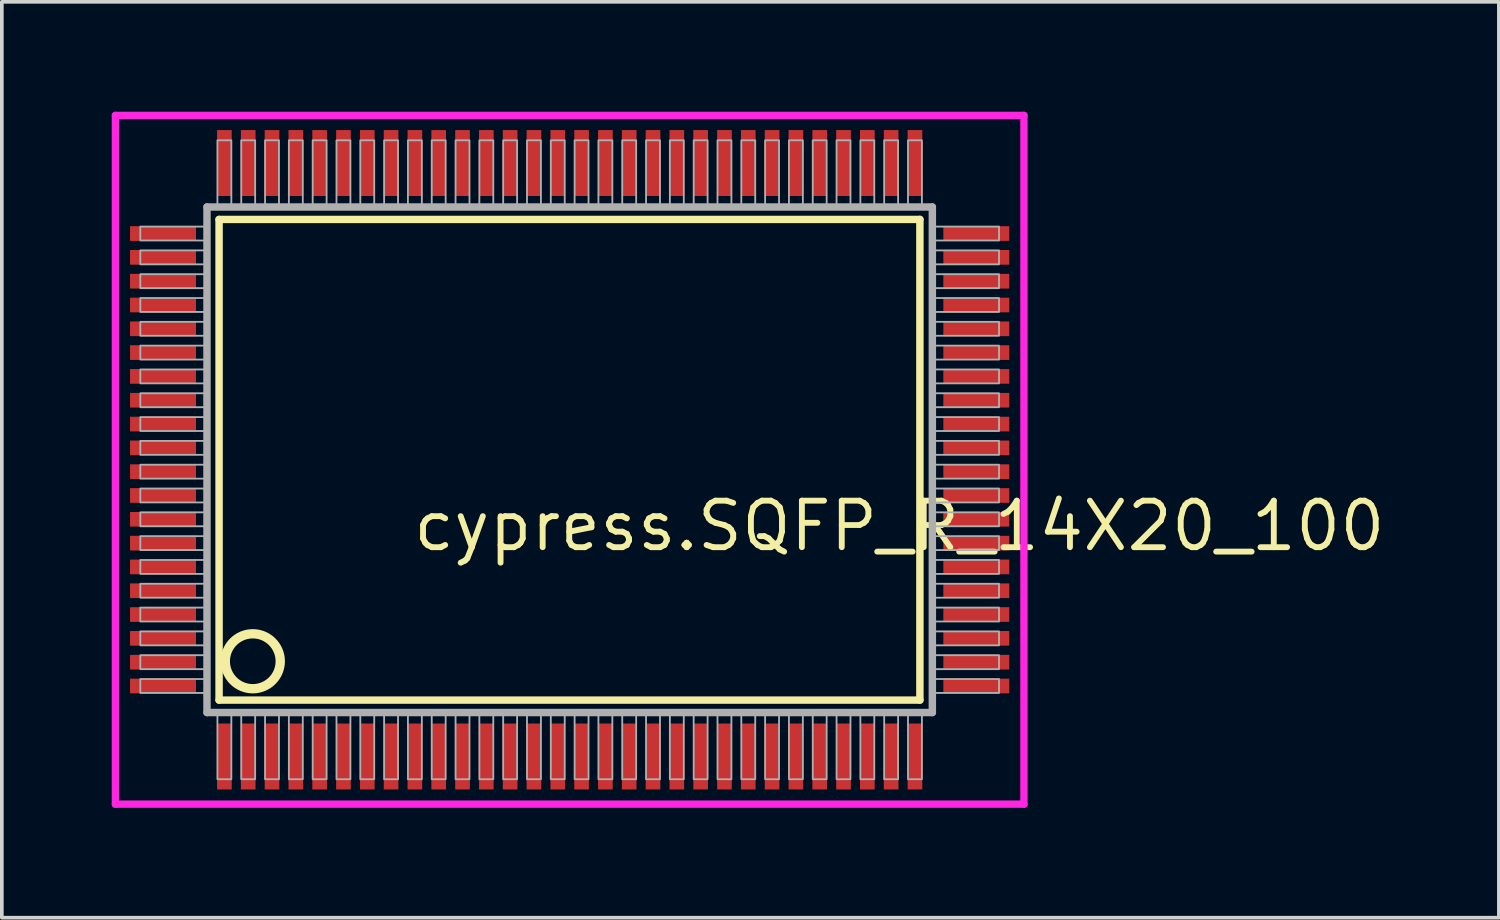
<source format=kicad_pcb>
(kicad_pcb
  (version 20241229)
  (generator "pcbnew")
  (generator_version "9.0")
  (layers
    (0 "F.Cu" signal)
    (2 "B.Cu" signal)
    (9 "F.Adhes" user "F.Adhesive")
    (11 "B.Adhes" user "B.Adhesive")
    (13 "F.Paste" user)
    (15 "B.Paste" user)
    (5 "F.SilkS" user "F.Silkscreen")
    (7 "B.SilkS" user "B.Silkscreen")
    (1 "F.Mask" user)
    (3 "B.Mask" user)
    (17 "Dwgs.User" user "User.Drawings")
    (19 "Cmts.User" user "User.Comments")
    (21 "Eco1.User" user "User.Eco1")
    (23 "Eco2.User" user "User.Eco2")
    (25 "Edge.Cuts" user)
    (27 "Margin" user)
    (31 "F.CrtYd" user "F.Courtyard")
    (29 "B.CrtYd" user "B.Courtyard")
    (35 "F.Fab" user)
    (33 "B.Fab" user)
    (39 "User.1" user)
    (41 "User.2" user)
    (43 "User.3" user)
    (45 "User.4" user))
  (footprint "cypress.SQFP_R_14X20_100"
    (layer "F.Cu")
    (at 12.5 9.5)
    (property "Reference" "cypress.SQFP_R_14X20_100" (at -4.35 2.55 0) (layer "F.SilkS") (effects (font (size 1.27 1.27) (thickness 0.16)) (justify left bottom)))
    (attr smd)
    (fp_line (start -9.57 -6.56) (end 9.56 -6.56) (stroke (width 0.203) (type default)) (layer "F.SilkS"))
    (fp_line (start -9.57 6.56) (end -9.57 -6.56) (stroke (width 0.203) (type default)) (layer "F.SilkS"))
    (fp_line (start 9.56 -6.56) (end 9.56 6.56) (stroke (width 0.203) (type default)) (layer "F.SilkS"))
    (fp_line (start 9.56 6.56) (end -9.57 6.56) (stroke (width 0.203) (type default)) (layer "F.SilkS"))
    (fp_circle (center -8.65 5.5) (end -7.9 5.5) (stroke (width 0.254) (type default)) (fill no) (layer "F.SilkS"))
    (fp_line (start -12.4 -9.4) (end 12.4 -9.4) (stroke (width 0.2) (type default)) (layer "F.CrtYd"))
    (fp_line (start -12.4 9.4) (end -12.4 -9.4) (stroke (width 0.2) (type default)) (layer "F.CrtYd"))
    (fp_line (start 12.4 -9.4) (end 12.4 9.4) (stroke (width 0.2) (type default)) (layer "F.CrtYd"))
    (fp_line (start 12.4 9.4) (end -12.4 9.4) (stroke (width 0.2) (type default)) (layer "F.CrtYd"))
    (fp_line (start -9.9 -6.9) (end -9.9 6.9) (stroke (width 0.203) (type default)) (layer "F.Fab"))
    (fp_line (start -9.9 6.9) (end 9.9 6.9) (stroke (width 0.203) (type default)) (layer "F.Fab"))
    (fp_line (start 9.9 -6.9) (end -9.9 -6.9) (stroke (width 0.203) (type default)) (layer "F.Fab"))
    (fp_line (start 9.9 6.9) (end 9.9 -6.9) (stroke (width 0.203) (type default)) (layer "F.Fab"))
    (fp_rect (start -11.72 -5.985) (end -9.95 -6.365) (stroke (width 0.05) (type default)) (fill no) (layer "F.Fab"))
    (fp_rect (start -11.72 -5.335) (end -9.95 -5.715) (stroke (width 0.05) (type default)) (fill no) (layer "F.Fab"))
    (fp_rect (start -11.72 -4.685) (end -9.95 -5.065) (stroke (width 0.05) (type default)) (fill no) (layer "F.Fab"))
    (fp_rect (start -11.72 -4.035) (end -9.95 -4.415) (stroke (width 0.05) (type default)) (fill no) (layer "F.Fab"))
    (fp_rect (start -11.72 -3.385) (end -9.95 -3.765) (stroke (width 0.05) (type default)) (fill no) (layer "F.Fab"))
    (fp_rect (start -11.72 -2.735) (end -9.95 -3.115) (stroke (width 0.05) (type default)) (fill no) (layer "F.Fab"))
    (fp_rect (start -11.72 -2.085) (end -9.95 -2.465) (stroke (width 0.05) (type default)) (fill no) (layer "F.Fab"))
    (fp_rect (start -11.72 -1.435) (end -9.95 -1.815) (stroke (width 0.05) (type default)) (fill no) (layer "F.Fab"))
    (fp_rect (start -11.72 -0.785) (end -9.95 -1.165) (stroke (width 0.05) (type default)) (fill no) (layer "F.Fab"))
    (fp_rect (start -11.72 -0.135) (end -9.95 -0.515) (stroke (width 0.05) (type default)) (fill no) (layer "F.Fab"))
    (fp_rect (start -11.72 0.515) (end -9.95 0.135) (stroke (width 0.05) (type default)) (fill no) (layer "F.Fab"))
    (fp_rect (start -11.72 1.165) (end -9.95 0.785) (stroke (width 0.05) (type default)) (fill no) (layer "F.Fab"))
    (fp_rect (start -11.72 1.815) (end -9.95 1.435) (stroke (width 0.05) (type default)) (fill no) (layer "F.Fab"))
    (fp_rect (start -11.72 2.465) (end -9.95 2.085) (stroke (width 0.05) (type default)) (fill no) (layer "F.Fab"))
    (fp_rect (start -11.72 3.115) (end -9.95 2.735) (stroke (width 0.05) (type default)) (fill no) (layer "F.Fab"))
    (fp_rect (start -11.72 3.765) (end -9.95 3.385) (stroke (width 0.05) (type default)) (fill no) (layer "F.Fab"))
    (fp_rect (start -11.72 4.415) (end -9.95 4.035) (stroke (width 0.05) (type default)) (fill no) (layer "F.Fab"))
    (fp_rect (start -11.72 5.065) (end -9.95 4.685) (stroke (width 0.05) (type default)) (fill no) (layer "F.Fab"))
    (fp_rect (start -11.72 5.715) (end -9.95 5.335) (stroke (width 0.05) (type default)) (fill no) (layer "F.Fab"))
    (fp_rect (start -11.72 6.365) (end -9.95 5.985) (stroke (width 0.05) (type default)) (fill no) (layer "F.Fab"))
    (fp_rect (start -9.615 -6.95) (end -9.235 -8.72) (stroke (width 0.05) (type default)) (fill no) (layer "F.Fab"))
    (fp_rect (start -9.615 8.72) (end -9.235 6.95) (stroke (width 0.05) (type default)) (fill no) (layer "F.Fab"))
    (fp_rect (start -8.965 -6.95) (end -8.585 -8.72) (stroke (width 0.05) (type default)) (fill no) (layer "F.Fab"))
    (fp_rect (start -8.965 8.72) (end -8.585 6.95) (stroke (width 0.05) (type default)) (fill no) (layer "F.Fab"))
    (fp_rect (start -8.315 -6.95) (end -7.935 -8.72) (stroke (width 0.05) (type default)) (fill no) (layer "F.Fab"))
    (fp_rect (start -8.315 8.72) (end -7.935 6.95) (stroke (width 0.05) (type default)) (fill no) (layer "F.Fab"))
    (fp_rect (start -7.665 -6.95) (end -7.285 -8.72) (stroke (width 0.05) (type default)) (fill no) (layer "F.Fab"))
    (fp_rect (start -7.665 8.72) (end -7.285 6.95) (stroke (width 0.05) (type default)) (fill no) (layer "F.Fab"))
    (fp_rect (start -7.015 -6.95) (end -6.635 -8.72) (stroke (width 0.05) (type default)) (fill no) (layer "F.Fab"))
    (fp_rect (start -7.015 8.72) (end -6.635 6.95) (stroke (width 0.05) (type default)) (fill no) (layer "F.Fab"))
    (fp_rect (start -6.365 -6.95) (end -5.985 -8.72) (stroke (width 0.05) (type default)) (fill no) (layer "F.Fab"))
    (fp_rect (start -6.365 8.72) (end -5.985 6.95) (stroke (width 0.05) (type default)) (fill no) (layer "F.Fab"))
    (fp_rect (start -5.715 -6.95) (end -5.335 -8.72) (stroke (width 0.05) (type default)) (fill no) (layer "F.Fab"))
    (fp_rect (start -5.715 8.72) (end -5.335 6.95) (stroke (width 0.05) (type default)) (fill no) (layer "F.Fab"))
    (fp_rect (start -5.065 -6.95) (end -4.685 -8.72) (stroke (width 0.05) (type default)) (fill no) (layer "F.Fab"))
    (fp_rect (start -5.065 8.72) (end -4.685 6.95) (stroke (width 0.05) (type default)) (fill no) (layer "F.Fab"))
    (fp_rect (start -4.415 -6.95) (end -4.035 -8.72) (stroke (width 0.05) (type default)) (fill no) (layer "F.Fab"))
    (fp_rect (start -4.415 8.72) (end -4.035 6.95) (stroke (width 0.05) (type default)) (fill no) (layer "F.Fab"))
    (fp_rect (start -3.765 -6.95) (end -3.385 -8.72) (stroke (width 0.05) (type default)) (fill no) (layer "F.Fab"))
    (fp_rect (start -3.765 8.72) (end -3.385 6.95) (stroke (width 0.05) (type default)) (fill no) (layer "F.Fab"))
    (fp_rect (start -3.115 -6.95) (end -2.735 -8.72) (stroke (width 0.05) (type default)) (fill no) (layer "F.Fab"))
    (fp_rect (start -3.115 8.72) (end -2.735 6.95) (stroke (width 0.05) (type default)) (fill no) (layer "F.Fab"))
    (fp_rect (start -2.465 -6.95) (end -2.085 -8.72) (stroke (width 0.05) (type default)) (fill no) (layer "F.Fab"))
    (fp_rect (start -2.465 8.72) (end -2.085 6.95) (stroke (width 0.05) (type default)) (fill no) (layer "F.Fab"))
    (fp_rect (start -1.815 -6.95) (end -1.435 -8.72) (stroke (width 0.05) (type default)) (fill no) (layer "F.Fab"))
    (fp_rect (start -1.815 8.72) (end -1.435 6.95) (stroke (width 0.05) (type default)) (fill no) (layer "F.Fab"))
    (fp_rect (start -1.165 -6.95) (end -0.785 -8.72) (stroke (width 0.05) (type default)) (fill no) (layer "F.Fab"))
    (fp_rect (start -1.165 8.72) (end -0.785 6.95) (stroke (width 0.05) (type default)) (fill no) (layer "F.Fab"))
    (fp_rect (start -0.515 -6.95) (end -0.135 -8.72) (stroke (width 0.05) (type default)) (fill no) (layer "F.Fab"))
    (fp_rect (start -0.515 8.72) (end -0.135 6.95) (stroke (width 0.05) (type default)) (fill no) (layer "F.Fab"))
    (fp_rect (start 0.135 -6.95) (end 0.515 -8.72) (stroke (width 0.05) (type default)) (fill no) (layer "F.Fab"))
    (fp_rect (start 0.135 8.72) (end 0.515 6.95) (stroke (width 0.05) (type default)) (fill no) (layer "F.Fab"))
    (fp_rect (start 0.785 -6.95) (end 1.165 -8.72) (stroke (width 0.05) (type default)) (fill no) (layer "F.Fab"))
    (fp_rect (start 0.785 8.72) (end 1.165 6.95) (stroke (width 0.05) (type default)) (fill no) (layer "F.Fab"))
    (fp_rect (start 1.435 -6.95) (end 1.815 -8.72) (stroke (width 0.05) (type default)) (fill no) (layer "F.Fab"))
    (fp_rect (start 1.435 8.72) (end 1.815 6.95) (stroke (width 0.05) (type default)) (fill no) (layer "F.Fab"))
    (fp_rect (start 2.085 -6.95) (end 2.465 -8.72) (stroke (width 0.05) (type default)) (fill no) (layer "F.Fab"))
    (fp_rect (start 2.085 8.72) (end 2.465 6.95) (stroke (width 0.05) (type default)) (fill no) (layer "F.Fab"))
    (fp_rect (start 2.735 -6.95) (end 3.115 -8.72) (stroke (width 0.05) (type default)) (fill no) (layer "F.Fab"))
    (fp_rect (start 2.735 8.72) (end 3.115 6.95) (stroke (width 0.05) (type default)) (fill no) (layer "F.Fab"))
    (fp_rect (start 3.385 -6.95) (end 3.765 -8.72) (stroke (width 0.05) (type default)) (fill no) (layer "F.Fab"))
    (fp_rect (start 3.385 8.72) (end 3.765 6.95) (stroke (width 0.05) (type default)) (fill no) (layer "F.Fab"))
    (fp_rect (start 4.035 -6.95) (end 4.415 -8.72) (stroke (width 0.05) (type default)) (fill no) (layer "F.Fab"))
    (fp_rect (start 4.035 8.72) (end 4.415 6.95) (stroke (width 0.05) (type default)) (fill no) (layer "F.Fab"))
    (fp_rect (start 4.685 -6.95) (end 5.065 -8.72) (stroke (width 0.05) (type default)) (fill no) (layer "F.Fab"))
    (fp_rect (start 4.685 8.72) (end 5.065 6.95) (stroke (width 0.05) (type default)) (fill no) (layer "F.Fab"))
    (fp_rect (start 5.335 -6.95) (end 5.715 -8.72) (stroke (width 0.05) (type default)) (fill no) (layer "F.Fab"))
    (fp_rect (start 5.335 8.72) (end 5.715 6.95) (stroke (width 0.05) (type default)) (fill no) (layer "F.Fab"))
    (fp_rect (start 5.985 -6.95) (end 6.365 -8.72) (stroke (width 0.05) (type default)) (fill no) (layer "F.Fab"))
    (fp_rect (start 5.985 8.72) (end 6.365 6.95) (stroke (width 0.05) (type default)) (fill no) (layer "F.Fab"))
    (fp_rect (start 6.635 -6.95) (end 7.015 -8.72) (stroke (width 0.05) (type default)) (fill no) (layer "F.Fab"))
    (fp_rect (start 6.635 8.72) (end 7.015 6.95) (stroke (width 0.05) (type default)) (fill no) (layer "F.Fab"))
    (fp_rect (start 7.285 -6.95) (end 7.665 -8.72) (stroke (width 0.05) (type default)) (fill no) (layer "F.Fab"))
    (fp_rect (start 7.285 8.72) (end 7.665 6.95) (stroke (width 0.05) (type default)) (fill no) (layer "F.Fab"))
    (fp_rect (start 7.935 -6.95) (end 8.315 -8.72) (stroke (width 0.05) (type default)) (fill no) (layer "F.Fab"))
    (fp_rect (start 7.935 8.72) (end 8.315 6.95) (stroke (width 0.05) (type default)) (fill no) (layer "F.Fab"))
    (fp_rect (start 8.585 -6.95) (end 8.965 -8.72) (stroke (width 0.05) (type default)) (fill no) (layer "F.Fab"))
    (fp_rect (start 8.585 8.72) (end 8.965 6.95) (stroke (width 0.05) (type default)) (fill no) (layer "F.Fab"))
    (fp_rect (start 9.235 -6.95) (end 9.615 -8.72) (stroke (width 0.05) (type default)) (fill no) (layer "F.Fab"))
    (fp_rect (start 9.235 8.72) (end 9.615 6.95) (stroke (width 0.05) (type default)) (fill no) (layer "F.Fab"))
    (fp_rect (start 9.95 -5.985) (end 11.72 -6.365) (stroke (width 0.05) (type default)) (fill no) (layer "F.Fab"))
    (fp_rect (start 9.95 -5.335) (end 11.72 -5.715) (stroke (width 0.05) (type default)) (fill no) (layer "F.Fab"))
    (fp_rect (start 9.95 -4.685) (end 11.72 -5.065) (stroke (width 0.05) (type default)) (fill no) (layer "F.Fab"))
    (fp_rect (start 9.95 -4.035) (end 11.72 -4.415) (stroke (width 0.05) (type default)) (fill no) (layer "F.Fab"))
    (fp_rect (start 9.95 -3.385) (end 11.72 -3.765) (stroke (width 0.05) (type default)) (fill no) (layer "F.Fab"))
    (fp_rect (start 9.95 -2.735) (end 11.72 -3.115) (stroke (width 0.05) (type default)) (fill no) (layer "F.Fab"))
    (fp_rect (start 9.95 -2.085) (end 11.72 -2.465) (stroke (width 0.05) (type default)) (fill no) (layer "F.Fab"))
    (fp_rect (start 9.95 -1.435) (end 11.72 -1.815) (stroke (width 0.05) (type default)) (fill no) (layer "F.Fab"))
    (fp_rect (start 9.95 -0.785) (end 11.72 -1.165) (stroke (width 0.05) (type default)) (fill no) (layer "F.Fab"))
    (fp_rect (start 9.95 -0.135) (end 11.72 -0.515) (stroke (width 0.05) (type default)) (fill no) (layer "F.Fab"))
    (fp_rect (start 9.95 0.515) (end 11.72 0.135) (stroke (width 0.05) (type default)) (fill no) (layer "F.Fab"))
    (fp_rect (start 9.95 1.165) (end 11.72 0.785) (stroke (width 0.05) (type default)) (fill no) (layer "F.Fab"))
    (fp_rect (start 9.95 1.815) (end 11.72 1.435) (stroke (width 0.05) (type default)) (fill no) (layer "F.Fab"))
    (fp_rect (start 9.95 2.465) (end 11.72 2.085) (stroke (width 0.05) (type default)) (fill no) (layer "F.Fab"))
    (fp_rect (start 9.95 3.115) (end 11.72 2.735) (stroke (width 0.05) (type default)) (fill no) (layer "F.Fab"))
    (fp_rect (start 9.95 3.765) (end 11.72 3.385) (stroke (width 0.05) (type default)) (fill no) (layer "F.Fab"))
    (fp_rect (start 9.95 4.415) (end 11.72 4.035) (stroke (width 0.05) (type default)) (fill no) (layer "F.Fab"))
    (fp_rect (start 9.95 5.065) (end 11.72 4.685) (stroke (width 0.05) (type default)) (fill no) (layer "F.Fab"))
    (fp_rect (start 9.95 5.715) (end 11.72 5.335) (stroke (width 0.05) (type default)) (fill no) (layer "F.Fab"))
    (fp_rect (start 9.95 6.365) (end 11.72 5.985) (stroke (width 0.05) (type default)) (fill no) (layer "F.Fab"))
    (pad "1" smd roundrect (at -9.425 8.1) (size 0.4 1.8) (layers "F.Cu" "F.Mask" "F.Paste") (roundrect_rratio 0.01))
    (pad "2" smd roundrect (at -8.775 8.1) (size 0.4 1.8) (layers "F.Cu" "F.Mask" "F.Paste") (roundrect_rratio 0.01))
    (pad "3" smd roundrect (at -8.125 8.1) (size 0.4 1.8) (layers "F.Cu" "F.Mask" "F.Paste") (roundrect_rratio 0.01))
    (pad "4" smd roundrect (at -7.475 8.1) (size 0.4 1.8) (layers "F.Cu" "F.Mask" "F.Paste") (roundrect_rratio 0.01))
    (pad "5" smd roundrect (at -6.825 8.1) (size 0.4 1.8) (layers "F.Cu" "F.Mask" "F.Paste") (roundrect_rratio 0.01))
    (pad "6" smd roundrect (at -6.175 8.1) (size 0.4 1.8) (layers "F.Cu" "F.Mask" "F.Paste") (roundrect_rratio 0.01))
    (pad "7" smd roundrect (at -5.525 8.1) (size 0.4 1.8) (layers "F.Cu" "F.Mask" "F.Paste") (roundrect_rratio 0.01))
    (pad "8" smd roundrect (at -4.875 8.1) (size 0.4 1.8) (layers "F.Cu" "F.Mask" "F.Paste") (roundrect_rratio 0.01))
    (pad "9" smd roundrect (at -4.225 8.1) (size 0.4 1.8) (layers "F.Cu" "F.Mask" "F.Paste") (roundrect_rratio 0.01))
    (pad "10" smd roundrect (at -3.575 8.1) (size 0.4 1.8) (layers "F.Cu" "F.Mask" "F.Paste") (roundrect_rratio 0.01))
    (pad "11" smd roundrect (at -2.925 8.1) (size 0.4 1.8) (layers "F.Cu" "F.Mask" "F.Paste") (roundrect_rratio 0.01))
    (pad "12" smd roundrect (at -2.275 8.1) (size 0.4 1.8) (layers "F.Cu" "F.Mask" "F.Paste") (roundrect_rratio 0.01))
    (pad "13" smd roundrect (at -1.625 8.1) (size 0.4 1.8) (layers "F.Cu" "F.Mask" "F.Paste") (roundrect_rratio 0.01))
    (pad "14" smd roundrect (at -0.975 8.1) (size 0.4 1.8) (layers "F.Cu" "F.Mask" "F.Paste") (roundrect_rratio 0.01))
    (pad "15" smd roundrect (at -0.325 8.1) (size 0.4 1.8) (layers "F.Cu" "F.Mask" "F.Paste") (roundrect_rratio 0.01))
    (pad "16" smd roundrect (at 0.325 8.1) (size 0.4 1.8) (layers "F.Cu" "F.Mask" "F.Paste") (roundrect_rratio 0.01))
    (pad "17" smd roundrect (at 0.975 8.1) (size 0.4 1.8) (layers "F.Cu" "F.Mask" "F.Paste") (roundrect_rratio 0.01))
    (pad "18" smd roundrect (at 1.625 8.1) (size 0.4 1.8) (layers "F.Cu" "F.Mask" "F.Paste") (roundrect_rratio 0.01))
    (pad "19" smd roundrect (at 2.275 8.1) (size 0.4 1.8) (layers "F.Cu" "F.Mask" "F.Paste") (roundrect_rratio 0.01))
    (pad "20" smd roundrect (at 2.925 8.1) (size 0.4 1.8) (layers "F.Cu" "F.Mask" "F.Paste") (roundrect_rratio 0.01))
    (pad "21" smd roundrect (at 3.575 8.1) (size 0.4 1.8) (layers "F.Cu" "F.Mask" "F.Paste") (roundrect_rratio 0.01))
    (pad "22" smd roundrect (at 4.225 8.1) (size 0.4 1.8) (layers "F.Cu" "F.Mask" "F.Paste") (roundrect_rratio 0.01))
    (pad "23" smd roundrect (at 4.875 8.1) (size 0.4 1.8) (layers "F.Cu" "F.Mask" "F.Paste") (roundrect_rratio 0.01))
    (pad "24" smd roundrect (at 5.525 8.1) (size 0.4 1.8) (layers "F.Cu" "F.Mask" "F.Paste") (roundrect_rratio 0.01))
    (pad "25" smd roundrect (at 6.175 8.1) (size 0.4 1.8) (layers "F.Cu" "F.Mask" "F.Paste") (roundrect_rratio 0.01))
    (pad "26" smd roundrect (at 6.825 8.1) (size 0.4 1.8) (layers "F.Cu" "F.Mask" "F.Paste") (roundrect_rratio 0.01))
    (pad "27" smd roundrect (at 7.475 8.1) (size 0.4 1.8) (layers "F.Cu" "F.Mask" "F.Paste") (roundrect_rratio 0.01))
    (pad "28" smd roundrect (at 8.125 8.1) (size 0.4 1.8) (layers "F.Cu" "F.Mask" "F.Paste") (roundrect_rratio 0.01))
    (pad "29" smd roundrect (at 8.775 8.1) (size 0.4 1.8) (layers "F.Cu" "F.Mask" "F.Paste") (roundrect_rratio 0.01))
    (pad "30" smd roundrect (at 9.425 8.1) (size 0.4 1.8) (layers "F.Cu" "F.Mask" "F.Paste") (roundrect_rratio 0.01))
    (pad "31" smd roundrect (at 11.1 6.175) (size 1.8 0.4) (layers "F.Cu" "F.Mask" "F.Paste") (roundrect_rratio 0.01))
    (pad "32" smd roundrect (at 11.1 5.525) (size 1.8 0.4) (layers "F.Cu" "F.Mask" "F.Paste") (roundrect_rratio 0.01))
    (pad "33" smd roundrect (at 11.1 4.875) (size 1.8 0.4) (layers "F.Cu" "F.Mask" "F.Paste") (roundrect_rratio 0.01))
    (pad "34" smd roundrect (at 11.1 4.225) (size 1.8 0.4) (layers "F.Cu" "F.Mask" "F.Paste") (roundrect_rratio 0.01))
    (pad "35" smd roundrect (at 11.1 3.575) (size 1.8 0.4) (layers "F.Cu" "F.Mask" "F.Paste") (roundrect_rratio 0.01))
    (pad "36" smd roundrect (at 11.1 2.925) (size 1.8 0.4) (layers "F.Cu" "F.Mask" "F.Paste") (roundrect_rratio 0.01))
    (pad "37" smd roundrect (at 11.1 2.275) (size 1.8 0.4) (layers "F.Cu" "F.Mask" "F.Paste") (roundrect_rratio 0.01))
    (pad "38" smd roundrect (at 11.1 1.625) (size 1.8 0.4) (layers "F.Cu" "F.Mask" "F.Paste") (roundrect_rratio 0.01))
    (pad "39" smd roundrect (at 11.1 0.975) (size 1.8 0.4) (layers "F.Cu" "F.Mask" "F.Paste") (roundrect_rratio 0.01))
    (pad "40" smd roundrect (at 11.1 0.325) (size 1.8 0.4) (layers "F.Cu" "F.Mask" "F.Paste") (roundrect_rratio 0.01))
    (pad "41" smd roundrect (at 11.1 -0.325) (size 1.8 0.4) (layers "F.Cu" "F.Mask" "F.Paste") (roundrect_rratio 0.01))
    (pad "42" smd roundrect (at 11.1 -0.975) (size 1.8 0.4) (layers "F.Cu" "F.Mask" "F.Paste") (roundrect_rratio 0.01))
    (pad "43" smd roundrect (at 11.1 -1.625) (size 1.8 0.4) (layers "F.Cu" "F.Mask" "F.Paste") (roundrect_rratio 0.01))
    (pad "44" smd roundrect (at 11.1 -2.275) (size 1.8 0.4) (layers "F.Cu" "F.Mask" "F.Paste") (roundrect_rratio 0.01))
    (pad "45" smd roundrect (at 11.1 -2.925) (size 1.8 0.4) (layers "F.Cu" "F.Mask" "F.Paste") (roundrect_rratio 0.01))
    (pad "46" smd roundrect (at 11.1 -3.575) (size 1.8 0.4) (layers "F.Cu" "F.Mask" "F.Paste") (roundrect_rratio 0.01))
    (pad "47" smd roundrect (at 11.1 -4.225) (size 1.8 0.4) (layers "F.Cu" "F.Mask" "F.Paste") (roundrect_rratio 0.01))
    (pad "48" smd roundrect (at 11.1 -4.875) (size 1.8 0.4) (layers "F.Cu" "F.Mask" "F.Paste") (roundrect_rratio 0.01))
    (pad "49" smd roundrect (at 11.1 -5.525) (size 1.8 0.4) (layers "F.Cu" "F.Mask" "F.Paste") (roundrect_rratio 0.01))
    (pad "50" smd roundrect (at 11.1 -6.175) (size 1.8 0.4) (layers "F.Cu" "F.Mask" "F.Paste") (roundrect_rratio 0.01))
    (pad "51" smd roundrect (at 9.425 -8.1) (size 0.4 1.8) (layers "F.Cu" "F.Mask" "F.Paste") (roundrect_rratio 0.01))
    (pad "52" smd roundrect (at 8.775 -8.1) (size 0.4 1.8) (layers "F.Cu" "F.Mask" "F.Paste") (roundrect_rratio 0.01))
    (pad "53" smd roundrect (at 8.125 -8.1) (size 0.4 1.8) (layers "F.Cu" "F.Mask" "F.Paste") (roundrect_rratio 0.01))
    (pad "54" smd roundrect (at 7.475 -8.1) (size 0.4 1.8) (layers "F.Cu" "F.Mask" "F.Paste") (roundrect_rratio 0.01))
    (pad "55" smd roundrect (at 6.825 -8.1) (size 0.4 1.8) (layers "F.Cu" "F.Mask" "F.Paste") (roundrect_rratio 0.01))
    (pad "56" smd roundrect (at 6.175 -8.1) (size 0.4 1.8) (layers "F.Cu" "F.Mask" "F.Paste") (roundrect_rratio 0.01))
    (pad "57" smd roundrect (at 5.525 -8.1) (size 0.4 1.8) (layers "F.Cu" "F.Mask" "F.Paste") (roundrect_rratio 0.01))
    (pad "58" smd roundrect (at 4.875 -8.1) (size 0.4 1.8) (layers "F.Cu" "F.Mask" "F.Paste") (roundrect_rratio 0.01))
    (pad "59" smd roundrect (at 4.225 -8.1) (size 0.4 1.8) (layers "F.Cu" "F.Mask" "F.Paste") (roundrect_rratio 0.01))
    (pad "60" smd roundrect (at 3.575 -8.1) (size 0.4 1.8) (layers "F.Cu" "F.Mask" "F.Paste") (roundrect_rratio 0.01))
    (pad "61" smd roundrect (at 2.925 -8.1) (size 0.4 1.8) (layers "F.Cu" "F.Mask" "F.Paste") (roundrect_rratio 0.01))
    (pad "62" smd roundrect (at 2.275 -8.1) (size 0.4 1.8) (layers "F.Cu" "F.Mask" "F.Paste") (roundrect_rratio 0.01))
    (pad "63" smd roundrect (at 1.625 -8.1) (size 0.4 1.8) (layers "F.Cu" "F.Mask" "F.Paste") (roundrect_rratio 0.01))
    (pad "64" smd roundrect (at 0.975 -8.1) (size 0.4 1.8) (layers "F.Cu" "F.Mask" "F.Paste") (roundrect_rratio 0.01))
    (pad "65" smd roundrect (at 0.325 -8.1) (size 0.4 1.8) (layers "F.Cu" "F.Mask" "F.Paste") (roundrect_rratio 0.01))
    (pad "66" smd roundrect (at -0.325 -8.1) (size 0.4 1.8) (layers "F.Cu" "F.Mask" "F.Paste") (roundrect_rratio 0.01))
    (pad "67" smd roundrect (at -0.975 -8.1) (size 0.4 1.8) (layers "F.Cu" "F.Mask" "F.Paste") (roundrect_rratio 0.01))
    (pad "68" smd roundrect (at -1.625 -8.1) (size 0.4 1.8) (layers "F.Cu" "F.Mask" "F.Paste") (roundrect_rratio 0.01))
    (pad "69" smd roundrect (at -2.275 -8.1) (size 0.4 1.8) (layers "F.Cu" "F.Mask" "F.Paste") (roundrect_rratio 0.01))
    (pad "70" smd roundrect (at -2.925 -8.1) (size 0.4 1.8) (layers "F.Cu" "F.Mask" "F.Paste") (roundrect_rratio 0.01))
    (pad "71" smd roundrect (at -3.575 -8.1) (size 0.4 1.8) (layers "F.Cu" "F.Mask" "F.Paste") (roundrect_rratio 0.01))
    (pad "72" smd roundrect (at -4.225 -8.1) (size 0.4 1.8) (layers "F.Cu" "F.Mask" "F.Paste") (roundrect_rratio 0.01))
    (pad "73" smd roundrect (at -4.875 -8.1) (size 0.4 1.8) (layers "F.Cu" "F.Mask" "F.Paste") (roundrect_rratio 0.01))
    (pad "74" smd roundrect (at -5.525 -8.1) (size 0.4 1.8) (layers "F.Cu" "F.Mask" "F.Paste") (roundrect_rratio 0.01))
    (pad "75" smd roundrect (at -6.175 -8.1) (size 0.4 1.8) (layers "F.Cu" "F.Mask" "F.Paste") (roundrect_rratio 0.01))
    (pad "76" smd roundrect (at -6.825 -8.1) (size 0.4 1.8) (layers "F.Cu" "F.Mask" "F.Paste") (roundrect_rratio 0.01))
    (pad "77" smd roundrect (at -7.475 -8.1) (size 0.4 1.8) (layers "F.Cu" "F.Mask" "F.Paste") (roundrect_rratio 0.01))
    (pad "78" smd roundrect (at -8.125 -8.1) (size 0.4 1.8) (layers "F.Cu" "F.Mask" "F.Paste") (roundrect_rratio 0.01))
    (pad "79" smd roundrect (at -8.775 -8.1) (size 0.4 1.8) (layers "F.Cu" "F.Mask" "F.Paste") (roundrect_rratio 0.01))
    (pad "80" smd roundrect (at -9.425 -8.1) (size 0.4 1.8) (layers "F.Cu" "F.Mask" "F.Paste") (roundrect_rratio 0.01))
    (pad "81" smd roundrect (at -11.1 -6.175) (size 1.8 0.4) (layers "F.Cu" "F.Mask" "F.Paste") (roundrect_rratio 0.01))
    (pad "82" smd roundrect (at -11.1 -5.525) (size 1.8 0.4) (layers "F.Cu" "F.Mask" "F.Paste") (roundrect_rratio 0.01))
    (pad "83" smd roundrect (at -11.1 -4.875) (size 1.8 0.4) (layers "F.Cu" "F.Mask" "F.Paste") (roundrect_rratio 0.01))
    (pad "84" smd roundrect (at -11.1 -4.225) (size 1.8 0.4) (layers "F.Cu" "F.Mask" "F.Paste") (roundrect_rratio 0.01))
    (pad "85" smd roundrect (at -11.1 -3.575) (size 1.8 0.4) (layers "F.Cu" "F.Mask" "F.Paste") (roundrect_rratio 0.01))
    (pad "86" smd roundrect (at -11.1 -2.925) (size 1.8 0.4) (layers "F.Cu" "F.Mask" "F.Paste") (roundrect_rratio 0.01))
    (pad "87" smd roundrect (at -11.1 -2.275) (size 1.8 0.4) (layers "F.Cu" "F.Mask" "F.Paste") (roundrect_rratio 0.01))
    (pad "88" smd roundrect (at -11.1 -1.625) (size 1.8 0.4) (layers "F.Cu" "F.Mask" "F.Paste") (roundrect_rratio 0.01))
    (pad "89" smd roundrect (at -11.1 -0.975) (size 1.8 0.4) (layers "F.Cu" "F.Mask" "F.Paste") (roundrect_rratio 0.01))
    (pad "90" smd roundrect (at -11.1 -0.325) (size 1.8 0.4) (layers "F.Cu" "F.Mask" "F.Paste") (roundrect_rratio 0.01))
    (pad "91" smd roundrect (at -11.1 0.325) (size 1.8 0.4) (layers "F.Cu" "F.Mask" "F.Paste") (roundrect_rratio 0.01))
    (pad "92" smd roundrect (at -11.1 0.975) (size 1.8 0.4) (layers "F.Cu" "F.Mask" "F.Paste") (roundrect_rratio 0.01))
    (pad "93" smd roundrect (at -11.1 1.625) (size 1.8 0.4) (layers "F.Cu" "F.Mask" "F.Paste") (roundrect_rratio 0.01))
    (pad "94" smd roundrect (at -11.1 2.275) (size 1.8 0.4) (layers "F.Cu" "F.Mask" "F.Paste") (roundrect_rratio 0.01))
    (pad "95" smd roundrect (at -11.1 2.925) (size 1.8 0.4) (layers "F.Cu" "F.Mask" "F.Paste") (roundrect_rratio 0.01))
    (pad "96" smd roundrect (at -11.1 3.575) (size 1.8 0.4) (layers "F.Cu" "F.Mask" "F.Paste") (roundrect_rratio 0.01))
    (pad "97" smd roundrect (at -11.1 4.225) (size 1.8 0.4) (layers "F.Cu" "F.Mask" "F.Paste") (roundrect_rratio 0.01))
    (pad "98" smd roundrect (at -11.1 4.875) (size 1.8 0.4) (layers "F.Cu" "F.Mask" "F.Paste") (roundrect_rratio 0.01))
    (pad "99" smd roundrect (at -11.1 5.525) (size 1.8 0.4) (layers "F.Cu" "F.Mask" "F.Paste") (roundrect_rratio 0.01))
    (pad "100" smd roundrect (at -11.1 6.175) (size 1.8 0.4) (layers "F.Cu" "F.Mask" "F.Paste") (roundrect_rratio 0.01)))
  (gr_rect
    (start -3 -3)
    (end 37.864 22)
    (stroke (width 0.1) (type default))
    (fill no)
    (layer "Edge.Cuts")))
</source>
